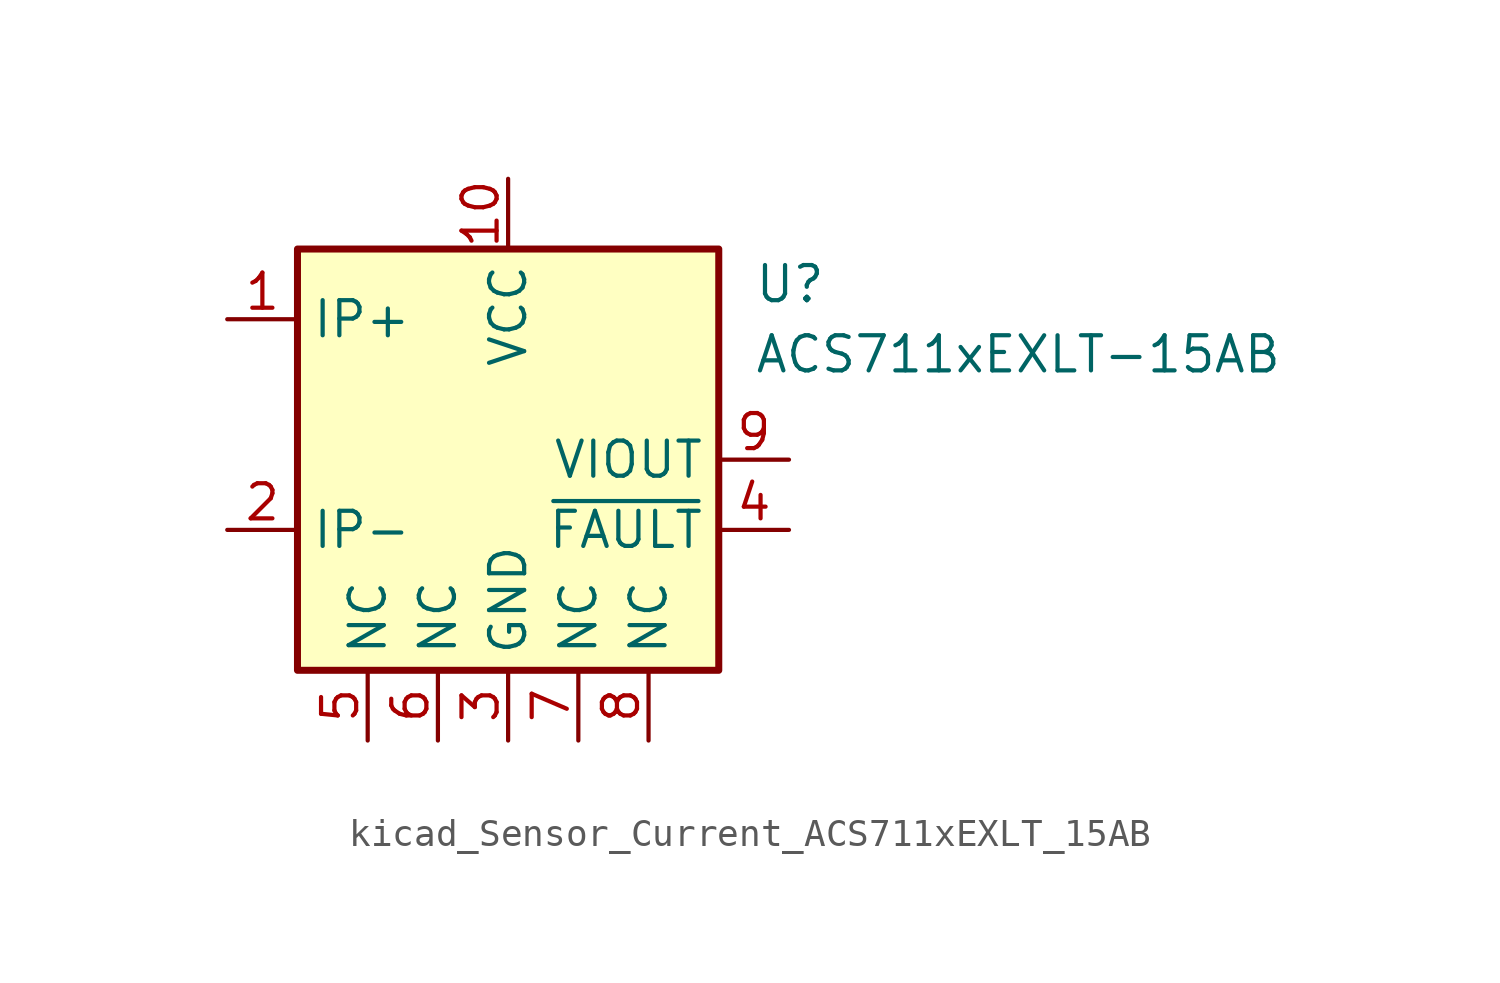
<source format=kicad_sym>
(kicad_symbol_lib
  (version 20220914)
  (generator kicad_symbol_editor)
  (symbol "kicad_Sensor_Current_ACS711xEXLT_15AB"
    (property "Reference" "U"
      (at 8.89 6.35 0)
      (effects (font (size 1.27 1.27)) (justify left)))
    (property "Value" "ACS711xEXLT-15AB"
      (at 8.89 3.81 0)
      (effects (font (size 1.27 1.27)) (justify left)))
    (symbol "kicad_Sensor_Current_ACS711xEXLT_15AB_0_1"
      (rectangle (start -7.62 7.62) (end 7.62 -7.62) (stroke (width 0.254) (type default)) (fill (type background))))
    (symbol "kicad_Sensor_Current_ACS711xEXLT_15AB_1_1"
      (pin passive line (at -10.16 5.08 0) (length 2.54) (name "IP+" (effects (font (size 1.27 1.27)))) (number "1" (effects (font (size 1.27 1.27)))))
      (pin power_in line (at 0 10.16 270) (length 2.54) (name "VCC" (effects (font (size 1.27 1.27)))) (number "10" (effects (font (size 1.27 1.27)))))
      (pin passive line (at -10.16 -2.54 0) (length 2.54) (name "IP-" (effects (font (size 1.27 1.27)))) (number "2" (effects (font (size 1.27 1.27)))))
      (pin power_in line (at 0 -10.16 90) (length 2.54) (name "GND" (effects (font (size 1.27 1.27)))) (number "3" (effects (font (size 1.27 1.27)))))
      (pin output line (at 10.16 -2.54 180) (length 2.54) (name "~{FAULT}" (effects (font (size 1.27 1.27)))) (number "4" (effects (font (size 1.27 1.27)))))
      (pin passive line (at -5.08 -10.16 90) (length 2.54) (name "NC" (effects (font (size 1.27 1.27)))) (number "5" (effects (font (size 1.27 1.27)))))
      (pin passive line (at -2.54 -10.16 90) (length 2.54) (name "NC" (effects (font (size 1.27 1.27)))) (number "6" (effects (font (size 1.27 1.27)))))
      (pin passive line (at 2.54 -10.16 90) (length 2.54) (name "NC" (effects (font (size 1.27 1.27)))) (number "7" (effects (font (size 1.27 1.27)))))
      (pin passive line (at 5.08 -10.16 90) (length 2.54) (name "NC" (effects (font (size 1.27 1.27)))) (number "8" (effects (font (size 1.27 1.27)))))
      (pin output line (at 10.16 0 180) (length 2.54) (name "VIOUT" (effects (font (size 1.27 1.27)))) (number "9" (effects (font (size 1.27 1.27))))))))
</source>
